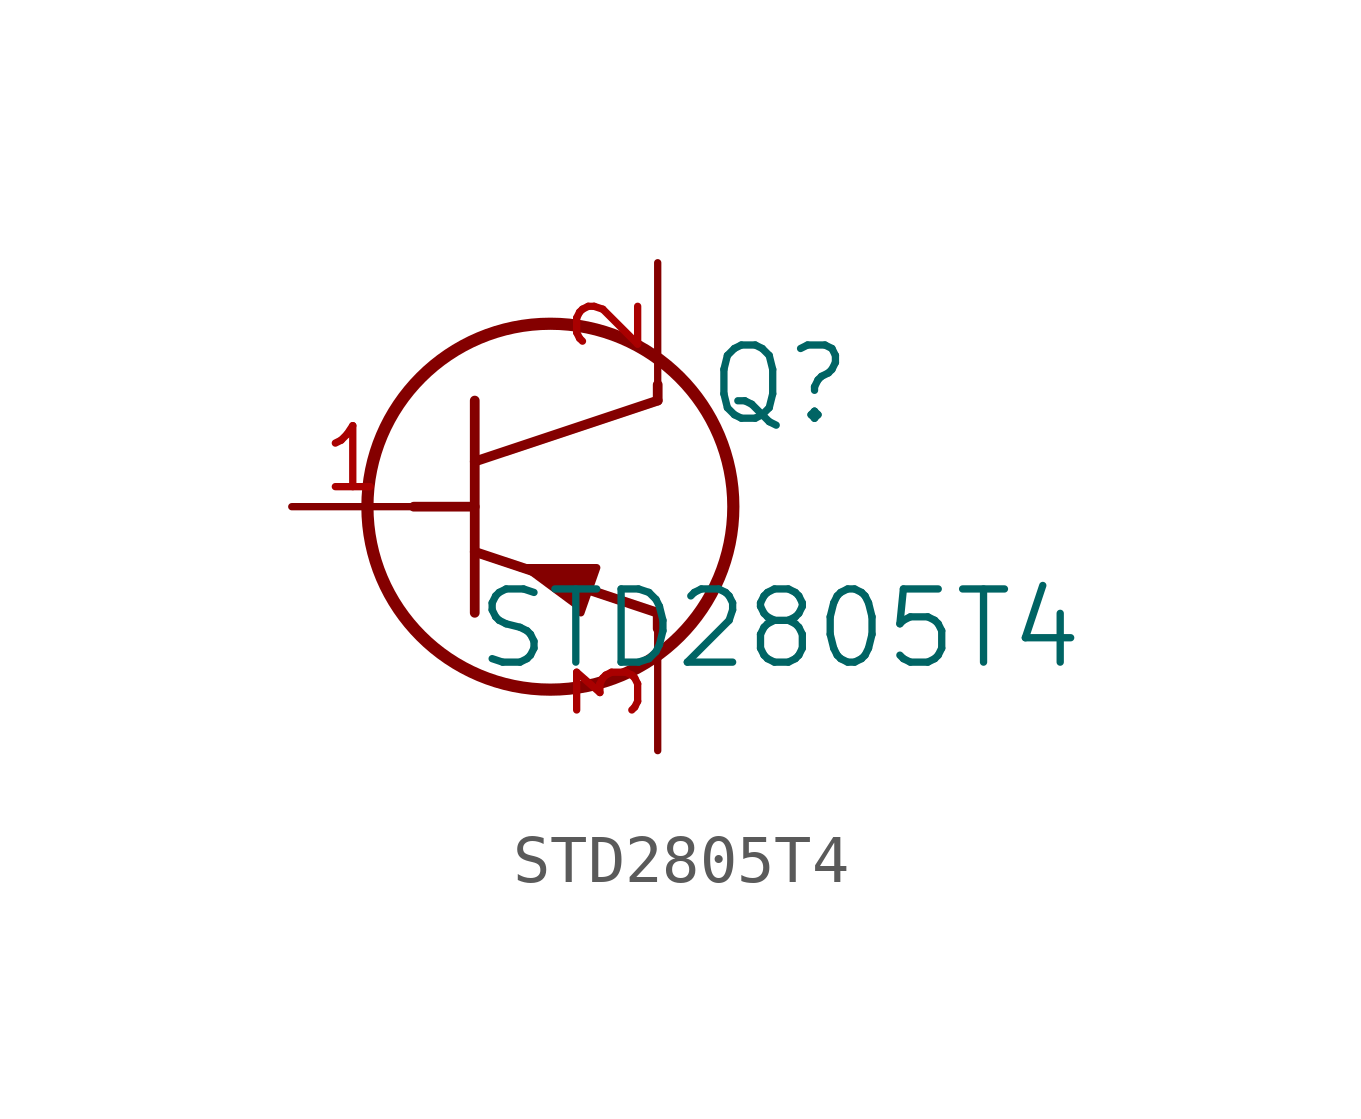
<source format=kicad_sym>
(kicad_symbol_lib
  (version 20211014)
  (generator kicad_symbol_editor)
  (symbol "STD2805T4"
    (pin_names
      (offset 0.254))
    (property "Reference" "Q"
      (at 10.16 2.54 0)
      (effects (font (size 1.524 1.524))))
    (property "Value" "STD2805T4"
      (at 10.16 -2.54 0)
      (effects (font (size 1.524 1.524))))
    (symbol "STD2805T4_0_1"
      (circle (center 5.385 0) (radius 3.81) (stroke (width 0.254) (type default) (color 0 0 0 0)) (fill (type none)))
      (polyline (pts (xy 3.81 -2.21) (xy 3.81 2.21)) (stroke (width 0.203) (type default) (color 0 0 0 0)) (fill (type none)))
      (polyline (pts (xy 3.81 0.94) (xy 7.62 2.21)) (stroke (width 0.203) (type default) (color 0 0 0 0)) (fill (type none)))
      (polyline (pts (xy 3.81 -0.94) (xy 7.62 -2.21)) (stroke (width 0.203) (type default) (color 0 0 0 0)) (fill (type none)))
      (polyline (pts (xy 7.62 -2.54) (xy 7.62 -2.21)) (stroke (width 0.203) (type default) (color 0 0 0 0)) (fill (type none)))
      (polyline (pts (xy 7.62 2.21) (xy 7.62 2.54)) (stroke (width 0.203) (type default) (color 0 0 0 0)) (fill (type none)))
      (polyline (pts (xy 2.54 0) (xy 3.81 0)) (stroke (width 0.203) (type default) (color 0 0 0 0)) (fill (type none)))
      (polyline (pts (xy 6.02 -2.21) (xy 6.35 -1.27) (xy 4.75 -1.27)) (stroke (width 0) (type default) (color 0 0 0 0)) (fill (type outline)))
      (pin unspecified line (at 0 0 0) (length 2.54) (name "" (effects (font (size 1.27 1.27)))) (number "1" (effects (font (size 1.27 1.27)))))
      (pin unspecified line (at 7.62 5.08 270) (length 2.54) (name "" (effects (font (size 1.27 1.27)))) (number "2" (effects (font (size 1.27 1.27)))))
      (pin unspecified line (at 7.62 -5.08 90) (length 2.54) (name "" (effects (font (size 1.27 1.27)))) (number "3" (effects (font (size 1.27 1.27))))))))
</source>
